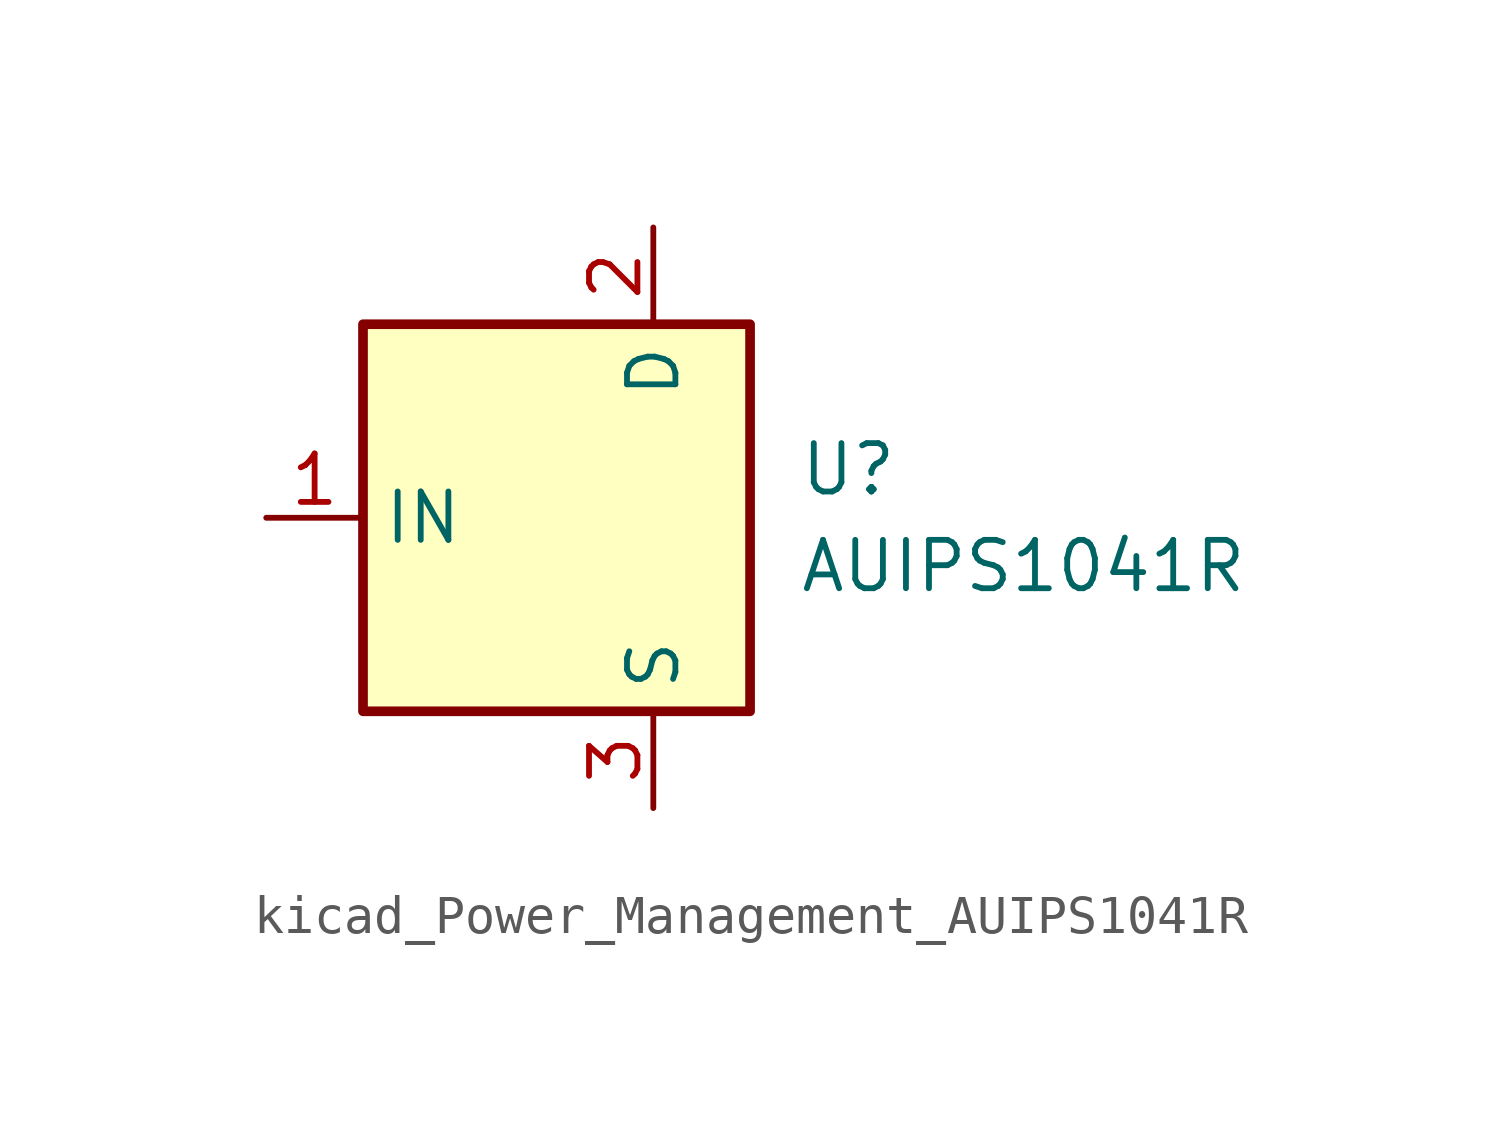
<source format=kicad_sym>
(kicad_symbol_lib
  (version 20220914)
  (generator kicad_symbol_editor)
  (symbol "kicad_Power_Management_AUIPS1041R"
    (property "Reference" "U"
      (at 3.81 1.27 0)
      (effects (font (size 1.27 1.27)) (justify left)))
    (property "Value" "AUIPS1041R"
      (at 3.81 -1.27 0)
      (effects (font (size 1.27 1.27)) (justify left)))
    (symbol "kicad_Power_Management_AUIPS1041R_0_1"
      (rectangle (start -7.62 5.08) (end 2.54 -5.08) (stroke (width 0.254) (type default)) (fill (type background))))
    (symbol "kicad_Power_Management_AUIPS1041R_1_1"
      (pin input line (at -10.16 0 0) (length 2.54) (name "IN" (effects (font (size 1.27 1.27)))) (number "1" (effects (font (size 1.27 1.27)))))
      (pin passive line (at 0 7.62 270) (length 2.54) (name "D" (effects (font (size 1.27 1.27)))) (number "2" (effects (font (size 1.27 1.27)))))
      (pin power_in line (at 0 -7.62 90) (length 2.54) (name "S" (effects (font (size 1.27 1.27)))) (number "3" (effects (font (size 1.27 1.27))))))))
</source>
